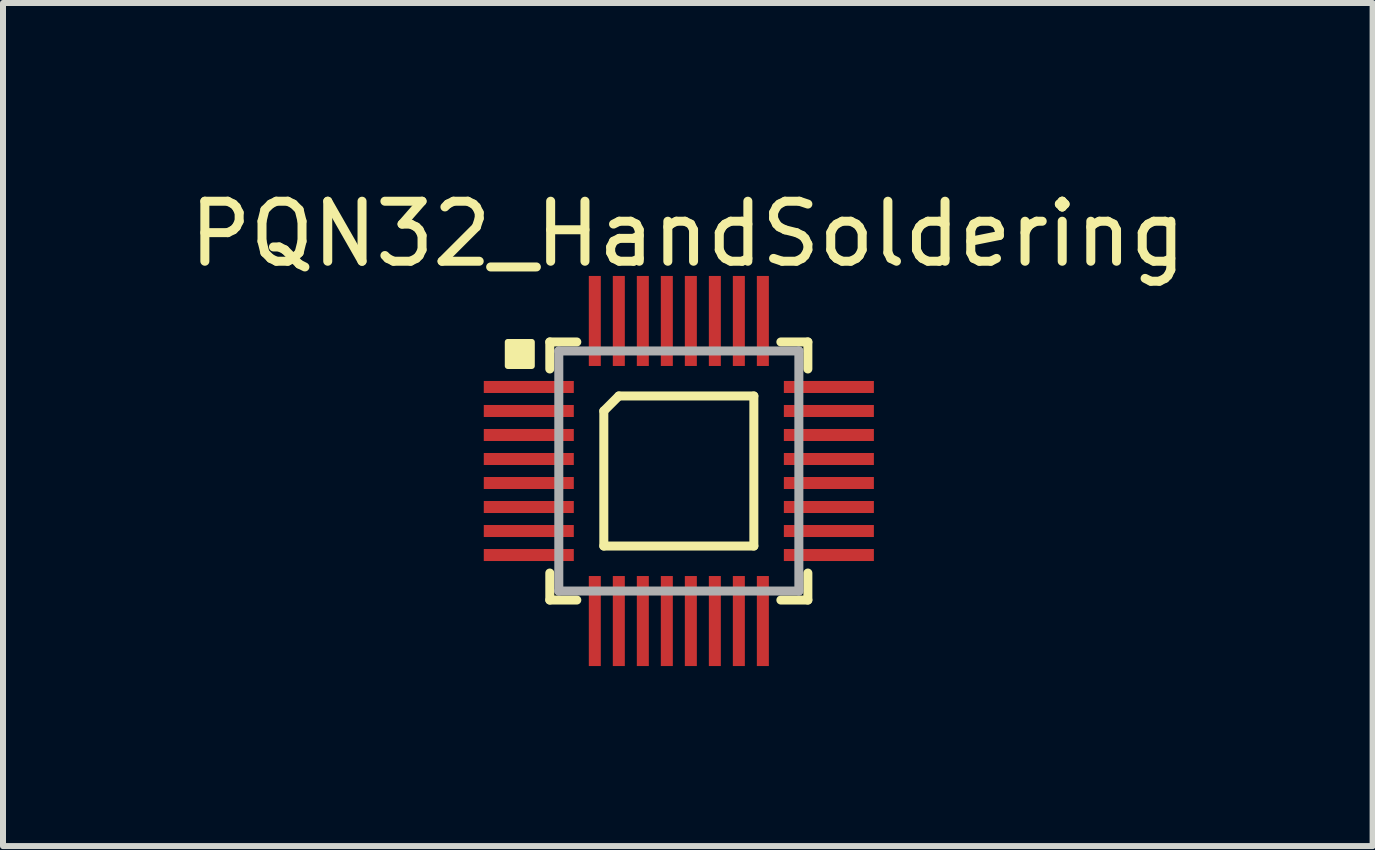
<source format=kicad_pcb>
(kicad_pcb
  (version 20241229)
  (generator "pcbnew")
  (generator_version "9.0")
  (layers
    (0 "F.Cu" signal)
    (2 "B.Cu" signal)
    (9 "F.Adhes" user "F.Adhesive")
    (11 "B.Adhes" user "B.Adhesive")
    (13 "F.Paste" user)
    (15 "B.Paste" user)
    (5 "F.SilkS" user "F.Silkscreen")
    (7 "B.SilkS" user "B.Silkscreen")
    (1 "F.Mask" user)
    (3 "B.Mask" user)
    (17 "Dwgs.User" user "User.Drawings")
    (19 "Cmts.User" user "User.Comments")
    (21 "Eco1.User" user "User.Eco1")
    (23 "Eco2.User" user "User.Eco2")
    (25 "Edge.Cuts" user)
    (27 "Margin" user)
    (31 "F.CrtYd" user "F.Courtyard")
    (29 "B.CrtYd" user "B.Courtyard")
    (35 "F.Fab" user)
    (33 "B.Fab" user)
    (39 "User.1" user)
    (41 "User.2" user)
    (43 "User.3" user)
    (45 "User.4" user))
  (footprint "PQN32_HandSoldering"
    (layer "F.Cu")
    (at 8.261 4.798)
    (property "Reference" "PQN32_HandSoldering" (at 0.15 -3.95 0) (layer "F.SilkS") (effects (font (size 1 1) (thickness 0.15))))
    (attr smd)
    (fp_line (start -2.15 -2.15) (end -1.7 -2.15) (stroke (width 0.15) (type solid)) (layer "F.SilkS"))
    (fp_line (start -2.15 -1.7) (end -2.15 -2.15) (stroke (width 0.15) (type solid)) (layer "F.SilkS"))
    (fp_line (start -2.15 2.15) (end -2.15 1.7) (stroke (width 0.15) (type solid)) (layer "F.SilkS"))
    (fp_line (start -1.7 2.15) (end -2.15 2.15) (stroke (width 0.15) (type solid)) (layer "F.SilkS"))
    (fp_line (start -1.25 -1) (end -1 -1.25) (stroke (width 0.15) (type solid)) (layer "F.SilkS"))
    (fp_line (start -1.25 1.25) (end -1.25 -1) (stroke (width 0.15) (type solid)) (layer "F.SilkS"))
    (fp_line (start -1 -1.25) (end 1.25 -1.25) (stroke (width 0.15) (type solid)) (layer "F.SilkS"))
    (fp_line (start 1.25 -1.25) (end 1.25 1.25) (stroke (width 0.15) (type solid)) (layer "F.SilkS"))
    (fp_line (start 1.25 1.25) (end -1.25 1.25) (stroke (width 0.15) (type solid)) (layer "F.SilkS"))
    (fp_line (start 1.7 -2.15) (end 2.15 -2.15) (stroke (width 0.15) (type solid)) (layer "F.SilkS"))
    (fp_line (start 2.15 -2.15) (end 2.15 -1.7) (stroke (width 0.15) (type solid)) (layer "F.SilkS"))
    (fp_line (start 2.15 1.7) (end 2.15 2.15) (stroke (width 0.15) (type solid)) (layer "F.SilkS"))
    (fp_line (start 2.15 2.15) (end 1.7 2.15) (stroke (width 0.15) (type solid)) (layer "F.SilkS"))
    (fp_poly (pts (xy -2.45 -1.75) (xy -2.85 -1.75) (xy -2.85 -2.15) (xy -2.45 -2.15)) (stroke (width 0.1) (type solid)) (fill yes) (layer "F.SilkS"))
    (fp_line (start -2 -2) (end 2 -2) (stroke (width 0.15) (type solid)) (layer "F.Fab"))
    (fp_line (start -2 2) (end -2 -2) (stroke (width 0.15) (type solid)) (layer "F.Fab"))
    (fp_line (start 2 -2) (end 2 2) (stroke (width 0.15) (type solid)) (layer "F.Fab"))
    (fp_line (start 2 2) (end -2 2) (stroke (width 0.15) (type solid)) (layer "F.Fab"))
    (pad "1" smd rect (at -2.5 -1.4) (size 1.5 0.2) (layers "F.Cu" "F.Mask" "F.Paste"))
    (pad "2" smd rect (at -2.5 -1) (size 1.5 0.2) (layers "F.Cu" "F.Mask" "F.Paste"))
    (pad "3" smd rect (at -2.5 -0.6) (size 1.5 0.2) (layers "F.Cu" "F.Mask" "F.Paste"))
    (pad "4" smd rect (at -2.5 -0.2) (size 1.5 0.2) (layers "F.Cu" "F.Mask" "F.Paste"))
    (pad "5" smd rect (at -2.5 0.2) (size 1.5 0.2) (layers "F.Cu" "F.Mask" "F.Paste"))
    (pad "6" smd rect (at -2.5 0.6) (size 1.5 0.2) (layers "F.Cu" "F.Mask" "F.Paste"))
    (pad "7" smd rect (at -2.5 1) (size 1.5 0.2) (layers "F.Cu" "F.Mask" "F.Paste"))
    (pad "8" smd rect (at -2.5 1.4) (size 1.5 0.2) (layers "F.Cu" "F.Mask" "F.Paste"))
    (pad "9" smd rect (at -1.4 2.5 90) (size 1.5 0.2) (layers "F.Cu" "F.Mask" "F.Paste"))
    (pad "10" smd rect (at -1 2.5 90) (size 1.5 0.2) (layers "F.Cu" "F.Mask" "F.Paste"))
    (pad "11" smd rect (at -0.6 2.5 90) (size 1.5 0.2) (layers "F.Cu" "F.Mask" "F.Paste"))
    (pad "12" smd rect (at -0.2 2.5 90) (size 1.5 0.2) (layers "F.Cu" "F.Mask" "F.Paste"))
    (pad "13" smd rect (at 0.2 2.5 90) (size 1.5 0.2) (layers "F.Cu" "F.Mask" "F.Paste"))
    (pad "14" smd rect (at 0.6 2.5 90) (size 1.5 0.2) (layers "F.Cu" "F.Mask" "F.Paste"))
    (pad "15" smd rect (at 1 2.5 90) (size 1.5 0.2) (layers "F.Cu" "F.Mask" "F.Paste"))
    (pad "16" smd rect (at 1.4 2.5 90) (size 1.5 0.2) (layers "F.Cu" "F.Mask" "F.Paste"))
    (pad "17" smd rect (at 2.5 1.4 180) (size 1.5 0.2) (layers "F.Cu" "F.Mask" "F.Paste"))
    (pad "18" smd rect (at 2.5 1 180) (size 1.5 0.2) (layers "F.Cu" "F.Mask" "F.Paste"))
    (pad "19" smd rect (at 2.5 0.6 180) (size 1.5 0.2) (layers "F.Cu" "F.Mask" "F.Paste"))
    (pad "20" smd rect (at 2.5 0.2 180) (size 1.5 0.2) (layers "F.Cu" "F.Mask" "F.Paste"))
    (pad "21" smd rect (at 2.5 -0.2 180) (size 1.5 0.2) (layers "F.Cu" "F.Mask" "F.Paste"))
    (pad "22" smd rect (at 2.5 -0.6 180) (size 1.5 0.2) (layers "F.Cu" "F.Mask" "F.Paste"))
    (pad "23" smd rect (at 2.5 -1 180) (size 1.5 0.2) (layers "F.Cu" "F.Mask" "F.Paste"))
    (pad "24" smd rect (at 2.5 -1.4 180) (size 1.5 0.2) (layers "F.Cu" "F.Mask" "F.Paste"))
    (pad "25" smd rect (at 1.4 -2.5 270) (size 1.5 0.2) (layers "F.Cu" "F.Mask" "F.Paste"))
    (pad "26" smd rect (at 1 -2.5 270) (size 1.5 0.2) (layers "F.Cu" "F.Mask" "F.Paste"))
    (pad "27" smd rect (at 0.6 -2.5 270) (size 1.5 0.2) (layers "F.Cu" "F.Mask" "F.Paste"))
    (pad "28" smd rect (at 0.2 -2.5 270) (size 1.5 0.2) (layers "F.Cu" "F.Mask" "F.Paste"))
    (pad "29" smd rect (at -0.2 -2.5 270) (size 1.5 0.2) (layers "F.Cu" "F.Mask" "F.Paste"))
    (pad "30" smd rect (at -0.6 -2.5 270) (size 1.5 0.2) (layers "F.Cu" "F.Mask" "F.Paste"))
    (pad "31" smd rect (at -1 -2.5 270) (size 1.5 0.2) (layers "F.Cu" "F.Mask" "F.Paste"))
    (pad "32" smd rect (at -1.4 -2.5 270) (size 1.5 0.2) (layers "F.Cu" "F.Mask" "F.Paste")))
  (gr_rect
    (start -3 -3)
    (end 19.821 11.048)
    (stroke (width 0.1) (type default))
    (fill no)
    (layer "Edge.Cuts")))
</source>
